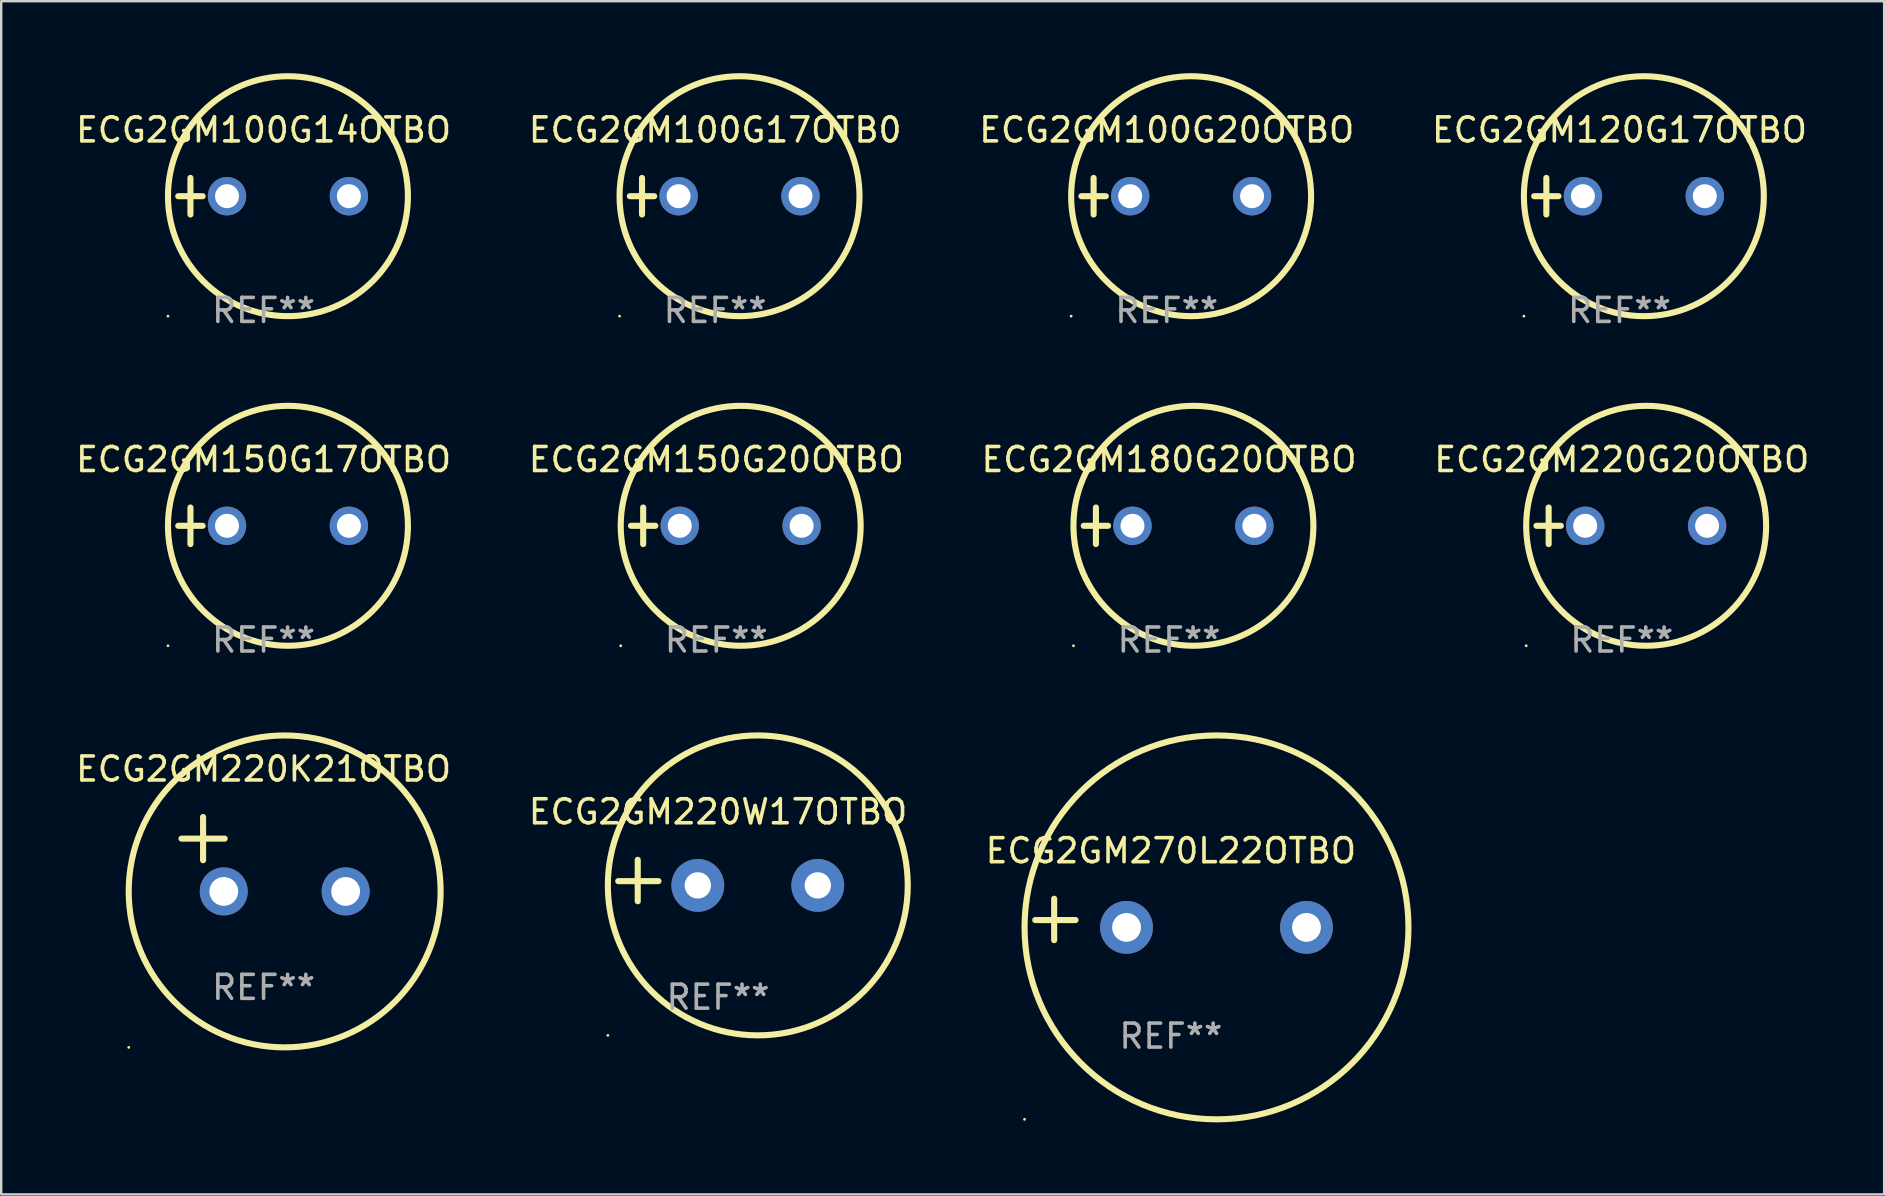
<source format=kicad_pcb>
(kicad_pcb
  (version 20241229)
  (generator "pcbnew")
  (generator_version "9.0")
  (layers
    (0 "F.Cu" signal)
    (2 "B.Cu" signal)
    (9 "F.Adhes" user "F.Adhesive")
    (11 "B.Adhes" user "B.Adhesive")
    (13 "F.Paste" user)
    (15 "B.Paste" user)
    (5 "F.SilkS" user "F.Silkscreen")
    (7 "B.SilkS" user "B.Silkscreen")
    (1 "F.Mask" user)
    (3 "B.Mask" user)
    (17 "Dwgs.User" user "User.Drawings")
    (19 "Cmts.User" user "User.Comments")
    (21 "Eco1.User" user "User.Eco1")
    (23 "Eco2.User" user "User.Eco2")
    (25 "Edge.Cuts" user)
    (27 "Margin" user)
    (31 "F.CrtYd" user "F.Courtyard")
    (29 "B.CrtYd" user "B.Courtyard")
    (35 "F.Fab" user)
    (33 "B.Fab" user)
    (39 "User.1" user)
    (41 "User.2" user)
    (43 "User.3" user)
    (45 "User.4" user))
  (footprint "ECG2GM100G14OTBO"
    (layer "F.Cu")
    (at 7.935 5.127)
    (property "Reference" "ECG2GM100G14OTBO" (at 0 -2.762 0) (layer "F.SilkS") (effects (font (size 1 1) (thickness 0.15))))
    (attr through_hole)
    (fp_line (start -3.556 0) (end -2.54 0) (stroke (width 0.254) (type solid)) (layer "F.SilkS"))
    (fp_line (start -3.048 -0.762) (end -3.048 0.762) (stroke (width 0.254) (type solid)) (layer "F.SilkS"))
    (fp_circle (center -3.984 5) (end -3.954 5) (stroke (width 0.06) (type solid)) (fill no) (layer "F.SilkS"))
    (fp_circle (center 1.016 0) (end 6.016 0) (stroke (width 0.254) (type solid)) (fill no) (layer "F.SilkS"))
    (fp_text user "REF**" (at 0 4.762 0) (layer "F.Fab") (effects (font (size 1 1) (thickness 0.15))))
    (pad "1" thru_hole circle (at -1.524 0) (size 1.6 1.6) (drill 1) (layers "*.Cu" "*.Mask"))
    (pad "2" thru_hole circle (at 3.556 0) (size 1.6 1.6) (drill 1) (layers "*.Cu" "*.Mask")))
  (footprint "ECG2GM120G17OTBO"
    (layer "F.Cu")
    (at 64.446 5.127)
    (property "Reference" "ECG2GM120G17OTBO" (at 0 -2.762 0) (layer "F.SilkS") (effects (font (size 1 1) (thickness 0.15))))
    (attr through_hole)
    (fp_line (start -3.556 0) (end -2.54 0) (stroke (width 0.254) (type solid)) (layer "F.SilkS"))
    (fp_line (start -3.048 -0.762) (end -3.048 0.762) (stroke (width 0.254) (type solid)) (layer "F.SilkS"))
    (fp_circle (center -3.984 5) (end -3.954 5) (stroke (width 0.06) (type solid)) (fill no) (layer "F.SilkS"))
    (fp_circle (center 1.016 0) (end 6.016 0) (stroke (width 0.254) (type solid)) (fill no) (layer "F.SilkS"))
    (fp_text user "REF**" (at 0 4.762 0) (layer "F.Fab") (effects (font (size 1 1) (thickness 0.15))))
    (pad "1" thru_hole circle (at -1.524 0) (size 1.6 1.6) (drill 1) (layers "*.Cu" "*.Mask"))
    (pad "2" thru_hole circle (at 3.556 0) (size 1.6 1.6) (drill 1) (layers "*.Cu" "*.Mask")))
  (footprint "ECG2GM270L22OTBO"
    (layer "F.Cu")
    (at 45.749 35.271)
    (property "Reference" "ECG2GM270L22OTBO" (at 0 -2.864 0) (layer "F.SilkS") (effects (font (size 1 1) (thickness 0.15))))
    (attr through_hole)
    (fp_line (start -4.864 0.864) (end -4.864 -0.864) (stroke (width 0.254) (type solid)) (layer "F.SilkS"))
    (fp_line (start -3.975 0.025) (end -5.652 0.025) (stroke (width 0.254) (type solid)) (layer "F.SilkS"))
    (fp_circle (center -6.098 8.33) (end -6.068 8.33) (stroke (width 0.06) (type solid)) (fill no) (layer "F.SilkS"))
    (fp_circle (center 1.902 0.33) (end 9.902 0.33) (stroke (width 0.254) (type solid)) (fill no) (layer "F.SilkS"))
    (fp_text user "REF**" (at 0 4.864 0) (layer "F.Fab") (effects (font (size 1 1) (thickness 0.15))))
    (pad "1" thru_hole circle (at -1.848 0.33) (size 2.2 2.2) (drill 1.2) (layers "*.Cu" "*.Mask"))
    (pad "2" thru_hole circle (at 5.652 0.33) (size 2.2 2.2) (drill 1.2) (layers "*.Cu" "*.Mask")))
  (footprint "ECG2GM150G17OTBO"
    (layer "F.Cu")
    (at 7.935 18.864)
    (property "Reference" "ECG2GM150G17OTBO" (at 0 -2.762 0) (layer "F.SilkS") (effects (font (size 1 1) (thickness 0.15))))
    (attr through_hole)
    (fp_line (start -3.556 0) (end -2.54 0) (stroke (width 0.254) (type solid)) (layer "F.SilkS"))
    (fp_line (start -3.048 -0.762) (end -3.048 0.762) (stroke (width 0.254) (type solid)) (layer "F.SilkS"))
    (fp_circle (center -3.984 5) (end -3.954 5) (stroke (width 0.06) (type solid)) (fill no) (layer "F.SilkS"))
    (fp_circle (center 1.016 0) (end 6.016 0) (stroke (width 0.254) (type solid)) (fill no) (layer "F.SilkS"))
    (fp_text user "REF**" (at 0 4.762 0) (layer "F.Fab") (effects (font (size 1 1) (thickness 0.15))))
    (pad "1" thru_hole circle (at -1.524 0) (size 1.6 1.6) (drill 1) (layers "*.Cu" "*.Mask"))
    (pad "2" thru_hole circle (at 3.556 0) (size 1.6 1.6) (drill 1) (layers "*.Cu" "*.Mask")))
  (footprint "ECG2GM100G20OTBO"
    (layer "F.Cu")
    (at 45.577 5.127)
    (property "Reference" "ECG2GM100G20OTBO" (at 0 -2.762 0) (layer "F.SilkS") (effects (font (size 1 1) (thickness 0.15))))
    (attr through_hole)
    (fp_line (start -3.556 0) (end -2.54 0) (stroke (width 0.254) (type solid)) (layer "F.SilkS"))
    (fp_line (start -3.048 -0.762) (end -3.048 0.762) (stroke (width 0.254) (type solid)) (layer "F.SilkS"))
    (fp_circle (center -3.984 5) (end -3.954 5) (stroke (width 0.06) (type solid)) (fill no) (layer "F.SilkS"))
    (fp_circle (center 1.016 0) (end 6.016 0) (stroke (width 0.254) (type solid)) (fill no) (layer "F.SilkS"))
    (fp_text user "REF**" (at 0 4.762 0) (layer "F.Fab") (effects (font (size 1 1) (thickness 0.15))))
    (pad "1" thru_hole circle (at -1.524 0) (size 1.6 1.6) (drill 1) (layers "*.Cu" "*.Mask"))
    (pad "2" thru_hole circle (at 3.556 0) (size 1.6 1.6) (drill 1) (layers "*.Cu" "*.Mask")))
  (footprint "ECG2GM100G17OTB0"
    (layer "F.Cu")
    (at 26.756 5.127)
    (property "Reference" "ECG2GM100G17OTB0" (at 0 -2.762 0) (layer "F.SilkS") (effects (font (size 1 1) (thickness 0.15))))
    (attr through_hole)
    (fp_line (start -3.556 0) (end -2.54 0) (stroke (width 0.254) (type solid)) (layer "F.SilkS"))
    (fp_line (start -3.048 -0.762) (end -3.048 0.762) (stroke (width 0.254) (type solid)) (layer "F.SilkS"))
    (fp_circle (center -3.984 5) (end -3.954 5) (stroke (width 0.06) (type solid)) (fill no) (layer "F.SilkS"))
    (fp_circle (center 1.016 0) (end 6.016 0) (stroke (width 0.254) (type solid)) (fill no) (layer "F.SilkS"))
    (fp_text user "REF**" (at 0 4.762 0) (layer "F.Fab") (effects (font (size 1 1) (thickness 0.15))))
    (pad "1" thru_hole circle (at -1.524 0) (size 1.6 1.6) (drill 1) (layers "*.Cu" "*.Mask"))
    (pad "2" thru_hole circle (at 3.556 0) (size 1.6 1.6) (drill 1) (layers "*.Cu" "*.Mask")))
  (footprint "ECG2GM220K21OTBO"
    (layer "F.Cu")
    (at 7.935 32.552)
    (property "Reference" "ECG2GM220K21OTBO" (at 0 -3.55 0) (layer "F.SilkS") (effects (font (size 1 1) (thickness 0.15))))
    (attr through_hole)
    (fp_line (start -3.421 -0.65) (end -1.621 -0.65) (stroke (width 0.254) (type solid)) (layer "F.SilkS"))
    (fp_line (start -2.521 -1.55) (end -2.521 0.25) (stroke (width 0.254) (type solid)) (layer "F.SilkS"))
    (fp_circle (center -5.619 8.05) (end -5.589 8.05) (stroke (width 0.06) (type solid)) (fill no) (layer "F.SilkS"))
    (fp_circle (center 0.879 1.55) (end 7.379 1.55) (stroke (width 0.254) (type solid)) (fill no) (layer "F.SilkS"))
    (fp_text user "REF**" (at 0 5.55 0) (layer "F.Fab") (effects (font (size 1 1) (thickness 0.15))))
    (pad "1" thru_hole circle (at -1.659 1.55) (size 2 2) (drill 1.2) (layers "*.Cu" "*.Mask"))
    (pad "2" thru_hole circle (at 3.421 1.55) (size 2 2) (drill 1.2) (layers "*.Cu" "*.Mask")))
  (footprint "ECG2GM180G20OTBO"
    (layer "F.Cu")
    (at 45.673 18.864)
    (property "Reference" "ECG2GM180G20OTBO" (at 0 -2.762 0) (layer "F.SilkS") (effects (font (size 1 1) (thickness 0.15))))
    (attr through_hole)
    (fp_line (start -3.556 0) (end -2.54 0) (stroke (width 0.254) (type solid)) (layer "F.SilkS"))
    (fp_line (start -3.048 -0.762) (end -3.048 0.762) (stroke (width 0.254) (type solid)) (layer "F.SilkS"))
    (fp_circle (center -3.984 5) (end -3.954 5) (stroke (width 0.06) (type solid)) (fill no) (layer "F.SilkS"))
    (fp_circle (center 1.016 0) (end 6.016 0) (stroke (width 0.254) (type solid)) (fill no) (layer "F.SilkS"))
    (fp_text user "REF**" (at 0 4.762 0) (layer "F.Fab") (effects (font (size 1 1) (thickness 0.15))))
    (pad "1" thru_hole circle (at -1.524 0) (size 1.6 1.6) (drill 1) (layers "*.Cu" "*.Mask"))
    (pad "2" thru_hole circle (at 3.556 0) (size 1.6 1.6) (drill 1) (layers "*.Cu" "*.Mask")))
  (footprint "ECG2GM220W17OTBO"
    (layer "F.Cu")
    (at 26.875 33.648)
    (property "Reference" "ECG2GM220W17OTBO" (at 0 -2.864 0) (layer "F.SilkS") (effects (font (size 1 1) (thickness 0.15))))
    (attr through_hole)
    (fp_line (start -3.346 0.864) (end -3.346 -0.864) (stroke (width 0.254) (type solid)) (layer "F.SilkS"))
    (fp_line (start -2.482 0.025) (end -4.158 0.025) (stroke (width 0.254) (type solid)) (layer "F.SilkS"))
    (fp_circle (center -4.592 6.453) (end -4.562 6.453) (stroke (width 0.06) (type solid)) (fill no) (layer "F.SilkS"))
    (fp_circle (center 1.658 0.203) (end 7.908 0.203) (stroke (width 0.254) (type solid)) (fill no) (layer "F.SilkS"))
    (fp_text user "REF**" (at 0 4.864 0) (layer "F.Fab") (effects (font (size 1 1) (thickness 0.15))))
    (pad "1" thru_hole circle (at -0.842 0.203) (size 2.2 2.2) (drill 1.1) (layers "*.Cu" "*.Mask"))
    (pad "2" thru_hole circle (at 4.158 0.203) (size 2.2 2.2) (drill 1.1) (layers "*.Cu" "*.Mask")))
  (footprint "ECG2GM150G20OTBO"
    (layer "F.Cu")
    (at 26.804 18.864)
    (property "Reference" "ECG2GM150G20OTBO" (at 0 -2.762 0) (layer "F.SilkS") (effects (font (size 1 1) (thickness 0.15))))
    (attr through_hole)
    (fp_line (start -3.556 0) (end -2.54 0) (stroke (width 0.254) (type solid)) (layer "F.SilkS"))
    (fp_line (start -3.048 -0.762) (end -3.048 0.762) (stroke (width 0.254) (type solid)) (layer "F.SilkS"))
    (fp_circle (center -3.984 5) (end -3.954 5) (stroke (width 0.06) (type solid)) (fill no) (layer "F.SilkS"))
    (fp_circle (center 1.016 0) (end 6.016 0) (stroke (width 0.254) (type solid)) (fill no) (layer "F.SilkS"))
    (fp_text user "REF**" (at 0 4.762 0) (layer "F.Fab") (effects (font (size 1 1) (thickness 0.15))))
    (pad "1" thru_hole circle (at -1.524 0) (size 1.6 1.6) (drill 1) (layers "*.Cu" "*.Mask"))
    (pad "2" thru_hole circle (at 3.556 0) (size 1.6 1.6) (drill 1) (layers "*.Cu" "*.Mask")))
  (footprint "ECG2GM220G20OTBO"
    (layer "F.Cu")
    (at 64.542 18.864)
    (property "Reference" "ECG2GM220G20OTBO" (at 0 -2.762 0) (layer "F.SilkS") (effects (font (size 1 1) (thickness 0.15))))
    (attr through_hole)
    (fp_line (start -3.556 0) (end -2.54 0) (stroke (width 0.254) (type solid)) (layer "F.SilkS"))
    (fp_line (start -3.048 -0.762) (end -3.048 0.762) (stroke (width 0.254) (type solid)) (layer "F.SilkS"))
    (fp_circle (center -3.984 5) (end -3.954 5) (stroke (width 0.06) (type solid)) (fill no) (layer "F.SilkS"))
    (fp_circle (center 1.016 0) (end 6.016 0) (stroke (width 0.254) (type solid)) (fill no) (layer "F.SilkS"))
    (fp_text user "REF**" (at 0 4.762 0) (layer "F.Fab") (effects (font (size 1 1) (thickness 0.15))))
    (pad "1" thru_hole circle (at -1.524 0) (size 1.6 1.6) (drill 1) (layers "*.Cu" "*.Mask"))
    (pad "2" thru_hole circle (at 3.556 0) (size 1.6 1.6) (drill 1) (layers "*.Cu" "*.Mask")))
  (gr_rect
    (start -3 -3)
    (end 75.476 46.729)
    (stroke (width 0.1) (type default))
    (fill no)
    (layer "Edge.Cuts")))
</source>
